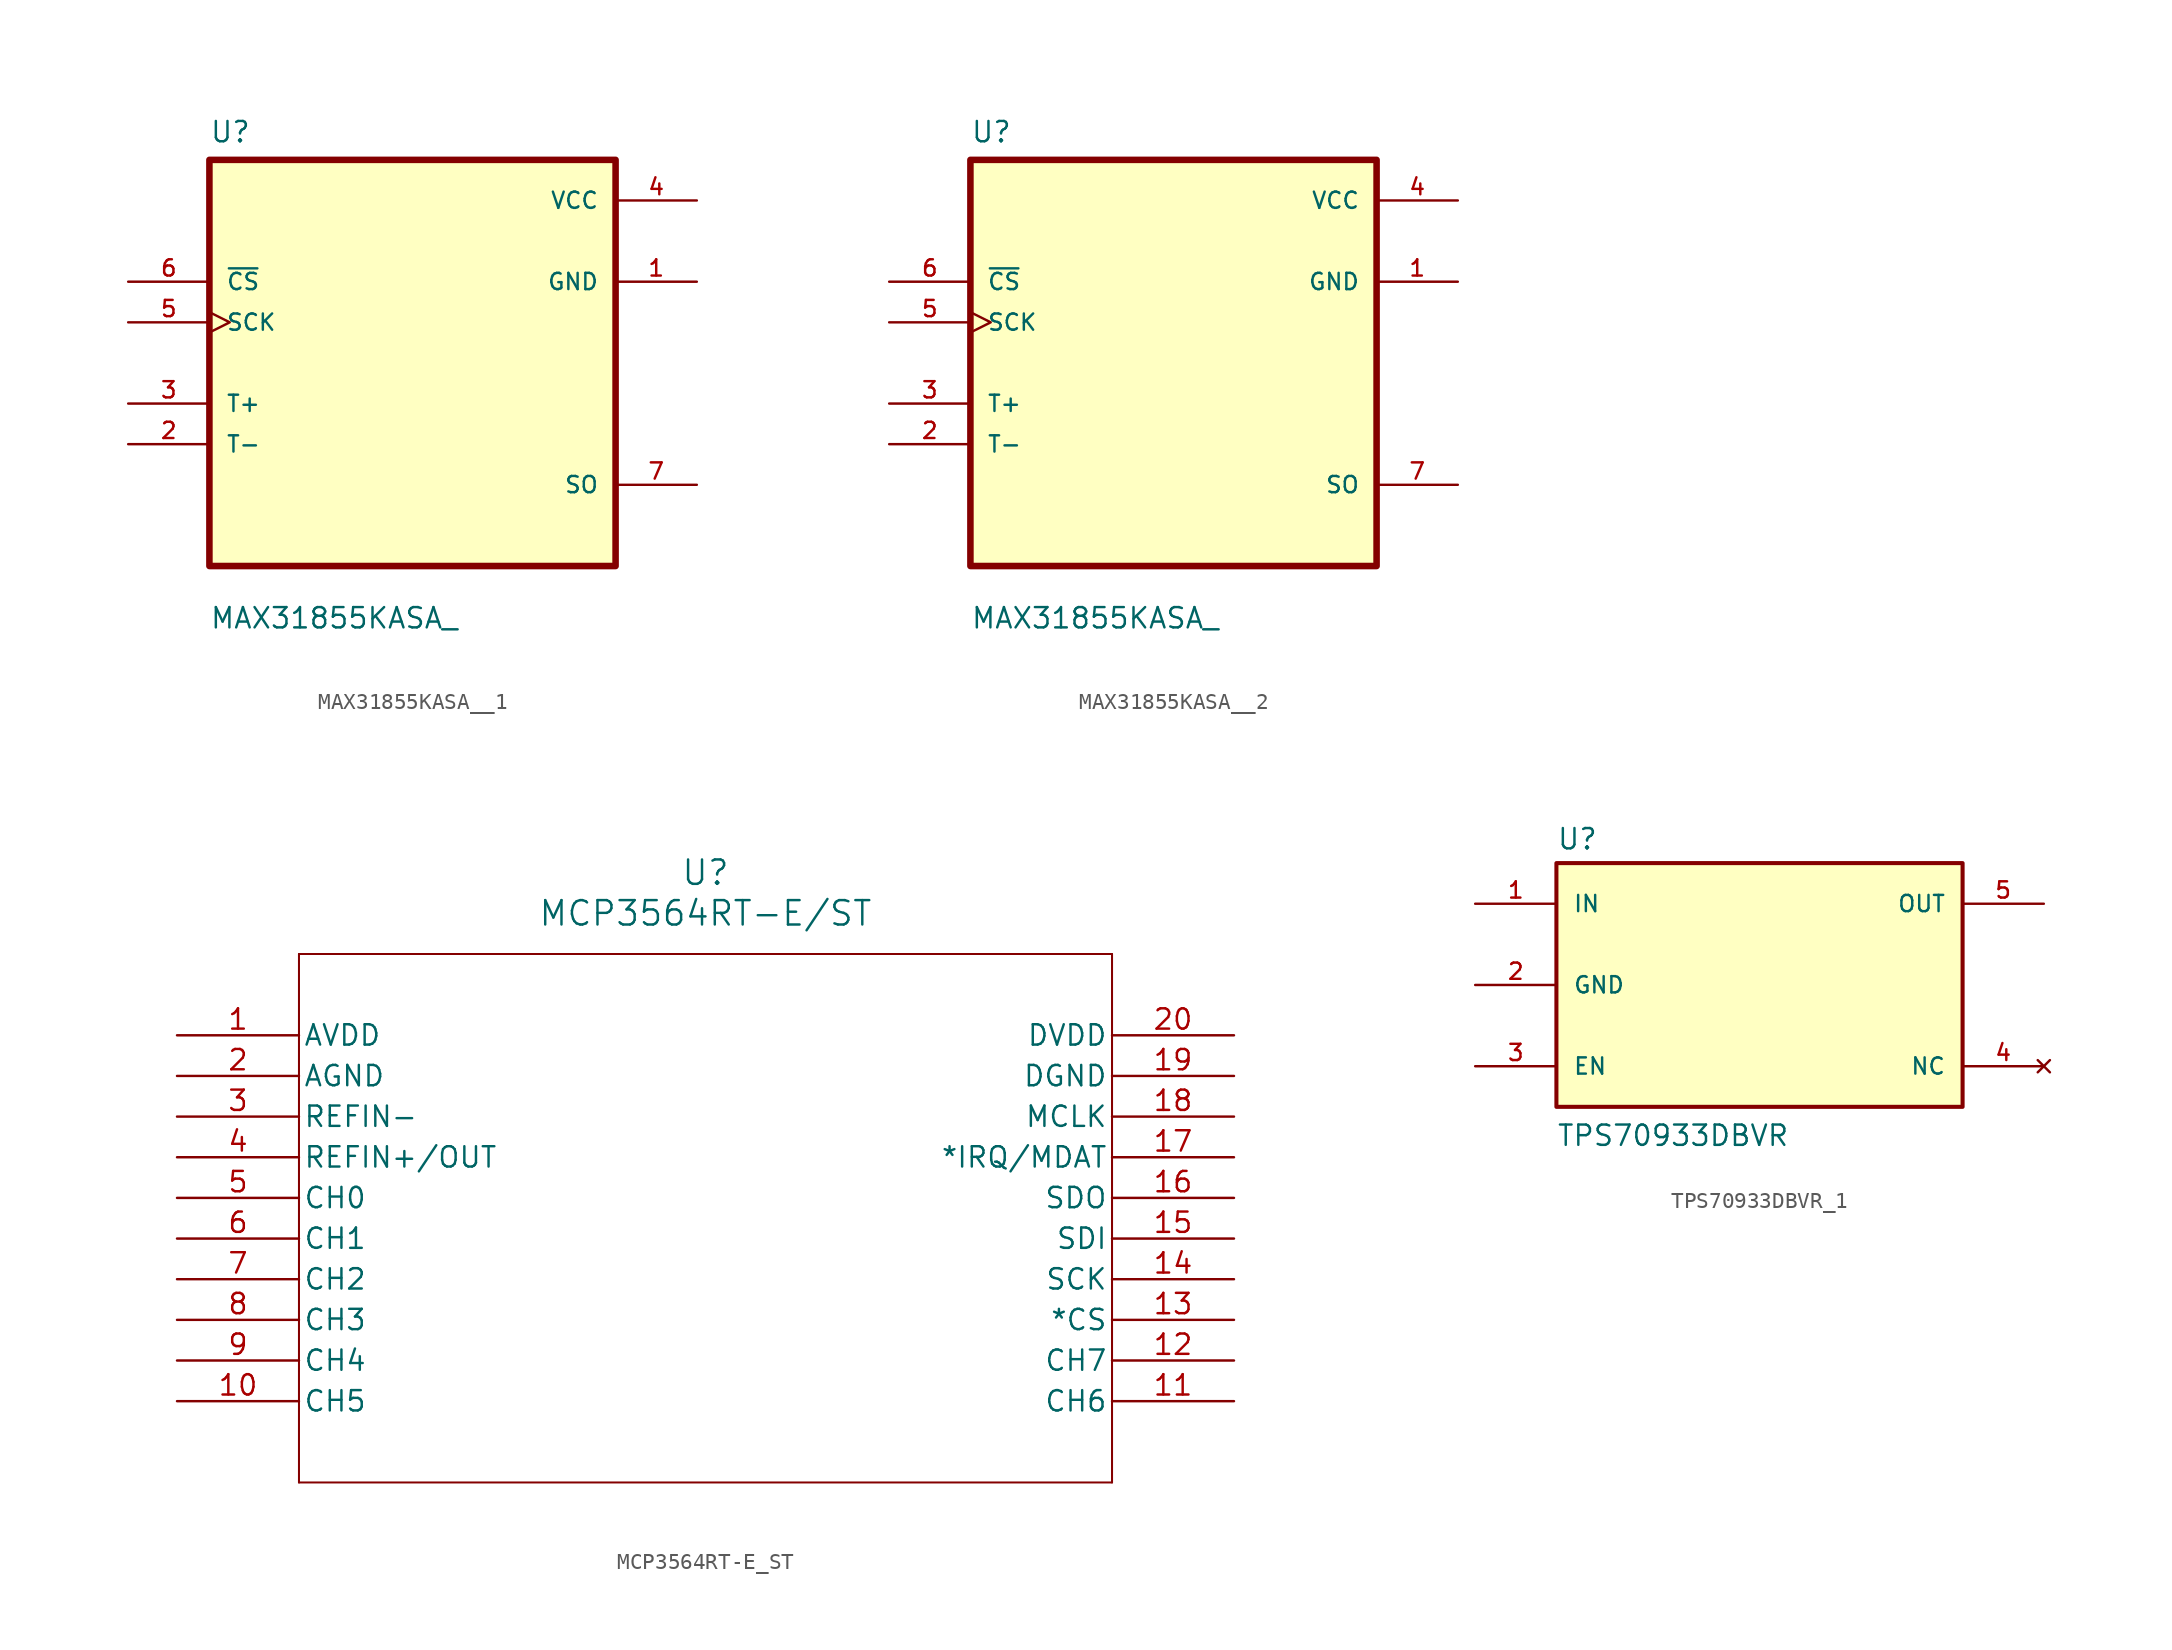
<source format=kicad_sym>
(kicad_symbol_lib
  (version 20241209)
  (generator "kicad_symbol_editor")
  (generator_version "9.0")
  (symbol "MAX31855KASA__1"
    (pin_names
      (offset 1.016))
    (property "Reference" "U"
      (at -12.7 13.7 0)
      (effects (font (size 1.27 1.27)) (justify left bottom)))
    (property "Value" "MAX31855KASA_"
      (at -12.7 -16.7 0)
      (effects (font (size 1.27 1.27)) (justify left bottom)))
    (symbol "MAX31855KASA__1_0_0"
      (rectangle (start -12.7 -12.7) (end 12.7 12.7) (stroke (width 0.41) (type default)) (fill (type background)))
      (pin input line (at -17.78 5.08 0) (length 5.08) (name "~{CS}" (effects (font (size 1.016 1.016)))) (number "6" (effects (font (size 1.016 1.016)))))
      (pin input clock (at -17.78 2.54 0) (length 5.08) (name "SCK" (effects (font (size 1.016 1.016)))) (number "5" (effects (font (size 1.016 1.016)))))
      (pin input line (at -17.78 -2.54 0) (length 5.08) (name "T+" (effects (font (size 1.016 1.016)))) (number "3" (effects (font (size 1.016 1.016)))))
      (pin input line (at -17.78 -5.08 0) (length 5.08) (name "T-" (effects (font (size 1.016 1.016)))) (number "2" (effects (font (size 1.016 1.016)))))
      (pin power_in line (at 17.78 10.16 180) (length 5.08) (name "VCC" (effects (font (size 1.016 1.016)))) (number "4" (effects (font (size 1.016 1.016)))))
      (pin power_in line (at 17.78 5.08 180) (length 5.08) (name "GND" (effects (font (size 1.016 1.016)))) (number "1" (effects (font (size 1.016 1.016)))))
      (pin output line (at 17.78 -7.62 180) (length 5.08) (name "SO" (effects (font (size 1.016 1.016)))) (number "7" (effects (font (size 1.016 1.016)))))))
  (symbol "MAX31855KASA__2"
    (pin_names
      (offset 1.016))
    (property "Reference" "U"
      (at -12.7 13.7 0)
      (effects (font (size 1.27 1.27)) (justify left bottom)))
    (property "Value" "MAX31855KASA_"
      (at -12.7 -16.7 0)
      (effects (font (size 1.27 1.27)) (justify left bottom)))
    (symbol "MAX31855KASA__2_0_0"
      (rectangle (start -12.7 -12.7) (end 12.7 12.7) (stroke (width 0.41) (type default)) (fill (type background)))
      (pin input line (at -17.78 5.08 0) (length 5.08) (name "~{CS}" (effects (font (size 1.016 1.016)))) (number "6" (effects (font (size 1.016 1.016)))))
      (pin input clock (at -17.78 2.54 0) (length 5.08) (name "SCK" (effects (font (size 1.016 1.016)))) (number "5" (effects (font (size 1.016 1.016)))))
      (pin input line (at -17.78 -2.54 0) (length 5.08) (name "T+" (effects (font (size 1.016 1.016)))) (number "3" (effects (font (size 1.016 1.016)))))
      (pin input line (at -17.78 -5.08 0) (length 5.08) (name "T-" (effects (font (size 1.016 1.016)))) (number "2" (effects (font (size 1.016 1.016)))))
      (pin power_in line (at 17.78 10.16 180) (length 5.08) (name "VCC" (effects (font (size 1.016 1.016)))) (number "4" (effects (font (size 1.016 1.016)))))
      (pin power_in line (at 17.78 5.08 180) (length 5.08) (name "GND" (effects (font (size 1.016 1.016)))) (number "1" (effects (font (size 1.016 1.016)))))
      (pin output line (at 17.78 -7.62 180) (length 5.08) (name "SO" (effects (font (size 1.016 1.016)))) (number "7" (effects (font (size 1.016 1.016)))))))
  (symbol "MCP3564RT-E_ST"
    (pin_names
      (offset 0.254))
    (property "Reference" "U"
      (at 33.02 10.16 0)
      (effects (font (size 1.524 1.524))))
    (property "Value" "MCP3564RT-E/ST"
      (at 33.02 7.62 0)
      (effects (font (size 1.524 1.524))))
    (property "ki_locked" ""
      (at 0 0 0)
      (effects (font (size 1.27 1.27))))
    (symbol "MCP3564RT-E_ST_0_1"
      (polyline (pts (xy 7.62 5.08) (xy 7.62 -27.94)) (stroke (width 0.127) (type default)) (fill (type none)))
      (polyline (pts (xy 7.62 -27.94) (xy 58.42 -27.94)) (stroke (width 0.127) (type default)) (fill (type none)))
      (polyline (pts (xy 58.42 5.08) (xy 7.62 5.08)) (stroke (width 0.127) (type default)) (fill (type none)))
      (polyline (pts (xy 58.42 -27.94) (xy 58.42 5.08)) (stroke (width 0.127) (type default)) (fill (type none)))
      (pin power_in line (at 0 0 0) (length 7.62) (name "AVDD" (effects (font (size 1.27 1.27)))) (number "1" (effects (font (size 1.27 1.27)))))
      (pin power_out line (at 0 -2.54 0) (length 7.62) (name "AGND" (effects (font (size 1.27 1.27)))) (number "2" (effects (font (size 1.27 1.27)))))
      (pin input line (at 0 -5.08 0) (length 7.62) (name "REFIN-" (effects (font (size 1.27 1.27)))) (number "3" (effects (font (size 1.27 1.27)))))
      (pin bidirectional line (at 0 -7.62 0) (length 7.62) (name "REFIN+/OUT" (effects (font (size 1.27 1.27)))) (number "4" (effects (font (size 1.27 1.27)))))
      (pin input line (at 0 -10.16 0) (length 7.62) (name "CH0" (effects (font (size 1.27 1.27)))) (number "5" (effects (font (size 1.27 1.27)))))
      (pin input line (at 0 -12.7 0) (length 7.62) (name "CH1" (effects (font (size 1.27 1.27)))) (number "6" (effects (font (size 1.27 1.27)))))
      (pin input line (at 0 -15.24 0) (length 7.62) (name "CH2" (effects (font (size 1.27 1.27)))) (number "7" (effects (font (size 1.27 1.27)))))
      (pin input line (at 0 -17.78 0) (length 7.62) (name "CH3" (effects (font (size 1.27 1.27)))) (number "8" (effects (font (size 1.27 1.27)))))
      (pin input line (at 0 -20.32 0) (length 7.62) (name "CH4" (effects (font (size 1.27 1.27)))) (number "9" (effects (font (size 1.27 1.27)))))
      (pin input line (at 0 -22.86 0) (length 7.62) (name "CH5" (effects (font (size 1.27 1.27)))) (number "10" (effects (font (size 1.27 1.27)))))
      (pin power_in line (at 66.04 0 180) (length 7.62) (name "DVDD" (effects (font (size 1.27 1.27)))) (number "20" (effects (font (size 1.27 1.27)))))
      (pin power_out line (at 66.04 -2.54 180) (length 7.62) (name "DGND" (effects (font (size 1.27 1.27)))) (number "19" (effects (font (size 1.27 1.27)))))
      (pin bidirectional line (at 66.04 -5.08 180) (length 7.62) (name "MCLK" (effects (font (size 1.27 1.27)))) (number "18" (effects (font (size 1.27 1.27)))))
      (pin output line (at 66.04 -7.62 180) (length 7.62) (name "*IRQ/MDAT" (effects (font (size 1.27 1.27)))) (number "17" (effects (font (size 1.27 1.27)))))
      (pin output line (at 66.04 -10.16 180) (length 7.62) (name "SDO" (effects (font (size 1.27 1.27)))) (number "16" (effects (font (size 1.27 1.27)))))
      (pin input line (at 66.04 -12.7 180) (length 7.62) (name "SDI" (effects (font (size 1.27 1.27)))) (number "15" (effects (font (size 1.27 1.27)))))
      (pin input line (at 66.04 -15.24 180) (length 7.62) (name "SCK" (effects (font (size 1.27 1.27)))) (number "14" (effects (font (size 1.27 1.27)))))
      (pin input line (at 66.04 -17.78 180) (length 7.62) (name "*CS" (effects (font (size 1.27 1.27)))) (number "13" (effects (font (size 1.27 1.27)))))
      (pin input line (at 66.04 -20.32 180) (length 7.62) (name "CH7" (effects (font (size 1.27 1.27)))) (number "12" (effects (font (size 1.27 1.27)))))
      (pin input line (at 66.04 -22.86 180) (length 7.62) (name "CH6" (effects (font (size 1.27 1.27)))) (number "11" (effects (font (size 1.27 1.27)))))))
  (symbol "TPS70933DBVR_1"
    (pin_names
      (offset 1.016))
    (property "Reference" "U"
      (at -12.7 8.382 0)
      (effects (font (size 1.27 1.27)) (justify left bottom)))
    (property "Value" "TPS70933DBVR"
      (at -12.7 -10.16 0)
      (effects (font (size 1.27 1.27)) (justify left bottom)))
    (symbol "TPS70933DBVR_1_0_0"
      (rectangle (start -12.7 -7.62) (end 12.7 7.62) (stroke (width 0.254) (type default)) (fill (type background)))
      (pin input line (at -17.78 5.08 0) (length 5.08) (name "IN" (effects (font (size 1.016 1.016)))) (number "1" (effects (font (size 1.016 1.016)))))
      (pin power_in line (at -17.78 0 0) (length 5.08) (name "GND" (effects (font (size 1.016 1.016)))) (number "2" (effects (font (size 1.016 1.016)))))
      (pin input line (at -17.78 -5.08 0) (length 5.08) (name "EN" (effects (font (size 1.016 1.016)))) (number "3" (effects (font (size 1.016 1.016)))))
      (pin output line (at 17.78 5.08 180) (length 5.08) (name "OUT" (effects (font (size 1.016 1.016)))) (number "5" (effects (font (size 1.016 1.016)))))
      (pin no_connect line (at 17.78 -5.08 180) (length 5.08) (name "NC" (effects (font (size 1.016 1.016)))) (number "4" (effects (font (size 1.016 1.016))))))))
</source>
